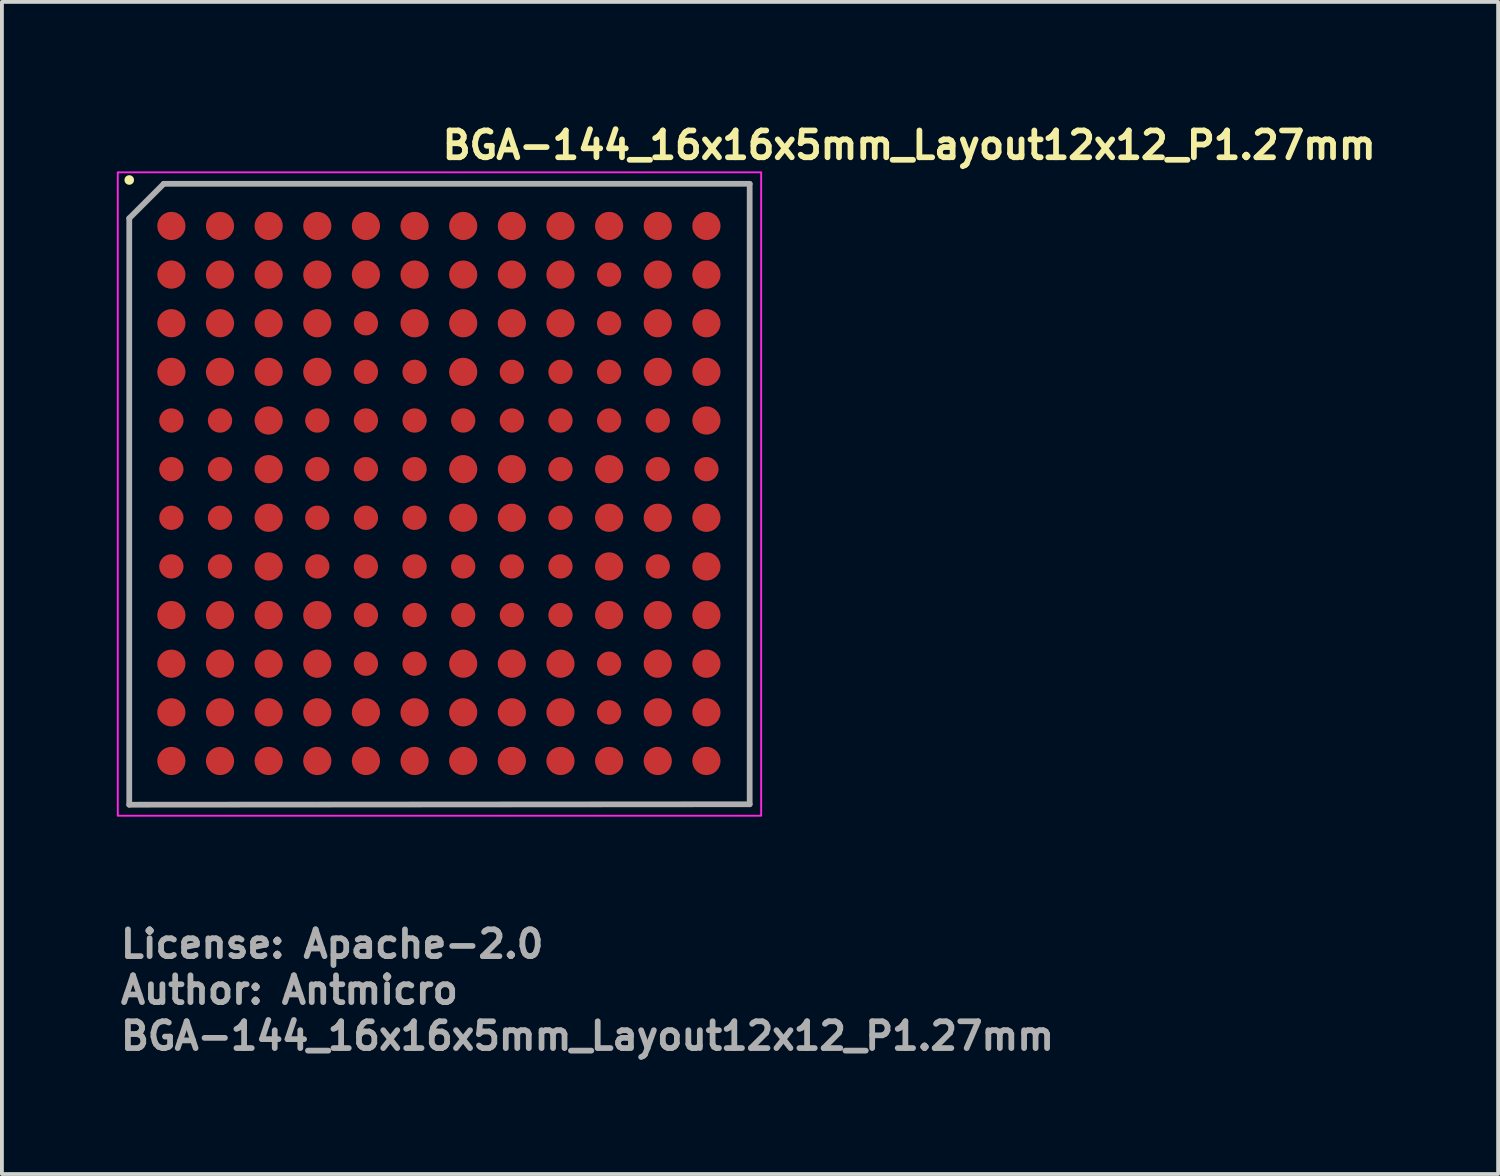
<source format=kicad_pcb>
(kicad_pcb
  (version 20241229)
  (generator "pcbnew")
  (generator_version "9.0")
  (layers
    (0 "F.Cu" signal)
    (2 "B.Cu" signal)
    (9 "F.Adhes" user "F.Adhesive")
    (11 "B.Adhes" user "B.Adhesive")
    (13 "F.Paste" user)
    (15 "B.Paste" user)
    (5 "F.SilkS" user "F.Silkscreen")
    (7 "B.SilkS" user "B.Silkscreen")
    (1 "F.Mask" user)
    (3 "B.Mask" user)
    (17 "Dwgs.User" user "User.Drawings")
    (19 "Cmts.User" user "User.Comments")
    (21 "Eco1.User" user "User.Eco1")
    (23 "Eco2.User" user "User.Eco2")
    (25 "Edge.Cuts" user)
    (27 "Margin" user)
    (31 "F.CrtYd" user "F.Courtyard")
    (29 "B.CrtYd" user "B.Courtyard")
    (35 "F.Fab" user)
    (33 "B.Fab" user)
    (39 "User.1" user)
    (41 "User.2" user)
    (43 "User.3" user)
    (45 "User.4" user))
  (footprint "BGA-144_16x16x5mm_Layout12x12_P1.27mm"
    (layer "F.Cu")
    (at 8.425 9.85)
    (property "Reference" "BGA-144_16x16x5mm_Layout12x12_P1.27mm" (at 0 -8.7 0) (unlocked yes) (layer "F.SilkS") (effects (font (size 0.7 0.7) (thickness 0.15)) (justify left bottom)))
    (attr smd)
    (fp_circle (center -8.1 -8.2) (end -8.1 -8.15) (stroke (width 0.15) (type solid)) (fill yes) (layer "F.SilkS"))
    (fp_rect (start -8.4 -8.4) (end 8.4 8.4) (stroke (width 0.05) (type solid)) (fill no) (layer "F.CrtYd"))
    (fp_line (start -8.1 -7.2) (end -7.2 -8.1) (stroke (width 0.15) (type solid)) (layer "F.Fab"))
    (fp_line (start -8.1 8.112) (end -8.1 -7.2) (stroke (width 0.15) (type solid)) (layer "F.Fab"))
    (fp_line (start -8.1 8.112) (end 8.1 8.1) (stroke (width 0.15) (type solid)) (layer "F.Fab"))
    (fp_line (start -7.2 -8.1) (end 8.1 -8.1) (stroke (width 0.15) (type solid)) (layer "F.Fab"))
    (fp_line (start 8.1 8.1) (end 8.1 -8.1) (stroke (width 0.15) (type solid)) (layer "F.Fab"))
    (fp_rect (start -8.001 -8.001) (end 8.001 8.001) (stroke (width 0.1) (type solid)) (fill no) (layer "User.5"))
    (fp_line (start -8.001 -8.001) (end -8.001 8.001) (stroke (width 0.02) (type solid)) (layer "User.9"))
    (fp_line (start -8.001 8.001) (end 8.001 8.001) (stroke (width 0.02) (type solid)) (layer "User.9"))
    (fp_line (start -6.801 -6.422) (end -6.801 -6.401) (stroke (width 0.02) (type solid)) (layer "User.9"))
    (fp_line (start -6.801 -6.401) (end -6.801 -6.401) (stroke (width 0.02) (type solid)) (layer "User.9"))
    (fp_line (start -6.801 -6.401) (end -6.801 -6.38) (stroke (width 0.02) (type solid)) (layer "User.9"))
    (fp_line (start -6.801 -6.38) (end -6.799 -6.36) (stroke (width 0.02) (type solid)) (layer "User.9"))
    (fp_line (start -6.799 -6.442) (end -6.801 -6.422) (stroke (width 0.02) (type solid)) (layer "User.9"))
    (fp_line (start -6.799 -6.36) (end -6.796 -6.34) (stroke (width 0.02) (type solid)) (layer "User.9"))
    (fp_line (start -6.796 -6.462) (end -6.799 -6.442) (stroke (width 0.02) (type solid)) (layer "User.9"))
    (fp_line (start -6.796 -6.34) (end -6.793 -6.32) (stroke (width 0.02) (type solid)) (layer "User.9"))
    (fp_line (start -6.793 -6.482) (end -6.796 -6.462) (stroke (width 0.02) (type solid)) (layer "User.9"))
    (fp_line (start -6.793 -6.32) (end -6.788 -6.301) (stroke (width 0.02) (type solid)) (layer "User.9"))
    (fp_line (start -6.788 -6.501) (end -6.793 -6.482) (stroke (width 0.02) (type solid)) (layer "User.9"))
    (fp_line (start -6.788 -6.301) (end -6.783 -6.282) (stroke (width 0.02) (type solid)) (layer "User.9"))
    (fp_line (start -6.783 -6.52) (end -6.788 -6.501) (stroke (width 0.02) (type solid)) (layer "User.9"))
    (fp_line (start -6.783 -6.282) (end -6.777 -6.263) (stroke (width 0.02) (type solid)) (layer "User.9"))
    (fp_line (start -6.777 -6.539) (end -6.783 -6.52) (stroke (width 0.02) (type solid)) (layer "User.9"))
    (fp_line (start -6.777 -6.263) (end -6.77 -6.245) (stroke (width 0.02) (type solid)) (layer "User.9"))
    (fp_line (start -6.77 -6.557) (end -6.777 -6.539) (stroke (width 0.02) (type solid)) (layer "User.9"))
    (fp_line (start -6.77 -6.245) (end -6.762 -6.228) (stroke (width 0.02) (type solid)) (layer "User.9"))
    (fp_line (start -6.762 -6.574) (end -6.77 -6.557) (stroke (width 0.02) (type solid)) (layer "User.9"))
    (fp_line (start -6.762 -6.228) (end -6.753 -6.21) (stroke (width 0.02) (type solid)) (layer "User.9"))
    (fp_line (start -6.753 -6.592) (end -6.762 -6.574) (stroke (width 0.02) (type solid)) (layer "User.9"))
    (fp_line (start -6.753 -6.21) (end -6.743 -6.194) (stroke (width 0.02) (type solid)) (layer "User.9"))
    (fp_line (start -6.743 -6.608) (end -6.753 -6.592) (stroke (width 0.02) (type solid)) (layer "User.9"))
    (fp_line (start -6.743 -6.194) (end -6.733 -6.177) (stroke (width 0.02) (type solid)) (layer "User.9"))
    (fp_line (start -6.733 -6.625) (end -6.743 -6.608) (stroke (width 0.02) (type solid)) (layer "User.9"))
    (fp_line (start -6.733 -6.177) (end -6.722 -6.162) (stroke (width 0.02) (type solid)) (layer "User.9"))
    (fp_line (start -6.722 -6.64) (end -6.733 -6.625) (stroke (width 0.02) (type solid)) (layer "User.9"))
    (fp_line (start -6.722 -6.162) (end -6.71 -6.147) (stroke (width 0.02) (type solid)) (layer "User.9"))
    (fp_line (start -6.71 -6.655) (end -6.722 -6.64) (stroke (width 0.02) (type solid)) (layer "User.9"))
    (fp_line (start -6.71 -6.147) (end -6.697 -6.132) (stroke (width 0.02) (type solid)) (layer "User.9"))
    (fp_line (start -6.697 -6.67) (end -6.71 -6.655) (stroke (width 0.02) (type solid)) (layer "User.9"))
    (fp_line (start -6.697 -6.132) (end -6.684 -6.118) (stroke (width 0.02) (type solid)) (layer "User.9"))
    (fp_line (start -6.684 -6.684) (end -6.697 -6.67) (stroke (width 0.02) (type solid)) (layer "User.9"))
    (fp_line (start -6.684 -6.118) (end -6.67 -6.105) (stroke (width 0.02) (type solid)) (layer "User.9"))
    (fp_line (start -6.67 -6.697) (end -6.684 -6.684) (stroke (width 0.02) (type solid)) (layer "User.9"))
    (fp_line (start -6.67 -6.105) (end -6.655 -6.092) (stroke (width 0.02) (type solid)) (layer "User.9"))
    (fp_line (start -6.655 -6.71) (end -6.67 -6.697) (stroke (width 0.02) (type solid)) (layer "User.9"))
    (fp_line (start -6.655 -6.092) (end -6.64 -6.08) (stroke (width 0.02) (type solid)) (layer "User.9"))
    (fp_line (start -6.64 -6.722) (end -6.655 -6.71) (stroke (width 0.02) (type solid)) (layer "User.9"))
    (fp_line (start -6.64 -6.08) (end -6.625 -6.069) (stroke (width 0.02) (type solid)) (layer "User.9"))
    (fp_line (start -6.625 -6.733) (end -6.64 -6.722) (stroke (width 0.02) (type solid)) (layer "User.9"))
    (fp_line (start -6.625 -6.069) (end -6.608 -6.059) (stroke (width 0.02) (type solid)) (layer "User.9"))
    (fp_line (start -6.608 -6.743) (end -6.625 -6.733) (stroke (width 0.02) (type solid)) (layer "User.9"))
    (fp_line (start -6.608 -6.059) (end -6.592 -6.049) (stroke (width 0.02) (type solid)) (layer "User.9"))
    (fp_line (start -6.592 -6.753) (end -6.608 -6.743) (stroke (width 0.02) (type solid)) (layer "User.9"))
    (fp_line (start -6.592 -6.049) (end -6.574 -6.04) (stroke (width 0.02) (type solid)) (layer "User.9"))
    (fp_line (start -6.574 -6.762) (end -6.592 -6.753) (stroke (width 0.02) (type solid)) (layer "User.9"))
    (fp_line (start -6.574 -6.04) (end -6.557 -6.032) (stroke (width 0.02) (type solid)) (layer "User.9"))
    (fp_line (start -6.557 -6.77) (end -6.574 -6.762) (stroke (width 0.02) (type solid)) (layer "User.9"))
    (fp_line (start -6.557 -6.032) (end -6.539 -6.025) (stroke (width 0.02) (type solid)) (layer "User.9"))
    (fp_line (start -6.539 -6.777) (end -6.557 -6.77) (stroke (width 0.02) (type solid)) (layer "User.9"))
    (fp_line (start -6.539 -6.025) (end -6.52 -6.019) (stroke (width 0.02) (type solid)) (layer "User.9"))
    (fp_line (start -6.52 -6.783) (end -6.539 -6.777) (stroke (width 0.02) (type solid)) (layer "User.9"))
    (fp_line (start -6.52 -6.019) (end -6.501 -6.014) (stroke (width 0.02) (type solid)) (layer "User.9"))
    (fp_line (start -6.501 -6.788) (end -6.52 -6.783) (stroke (width 0.02) (type solid)) (layer "User.9"))
    (fp_line (start -6.501 -6.014) (end -6.482 -6.009) (stroke (width 0.02) (type solid)) (layer "User.9"))
    (fp_line (start -6.482 -6.793) (end -6.501 -6.788) (stroke (width 0.02) (type solid)) (layer "User.9"))
    (fp_line (start -6.482 -6.009) (end -6.462 -6.006) (stroke (width 0.02) (type solid)) (layer "User.9"))
    (fp_line (start -6.462 -6.796) (end -6.482 -6.793) (stroke (width 0.02) (type solid)) (layer "User.9"))
    (fp_line (start -6.462 -6.006) (end -6.442 -6.003) (stroke (width 0.02) (type solid)) (layer "User.9"))
    (fp_line (start -6.442 -6.799) (end -6.462 -6.796) (stroke (width 0.02) (type solid)) (layer "User.9"))
    (fp_line (start -6.442 -6.003) (end -6.422 -6.001) (stroke (width 0.02) (type solid)) (layer "User.9"))
    (fp_line (start -6.422 -6.801) (end -6.442 -6.799) (stroke (width 0.02) (type solid)) (layer "User.9"))
    (fp_line (start -6.422 -6.001) (end -6.401 -6.001) (stroke (width 0.02) (type solid)) (layer "User.9"))
    (fp_line (start -6.401 -6.801) (end -6.422 -6.801) (stroke (width 0.02) (type solid)) (layer "User.9"))
    (fp_line (start -6.401 -6.801) (end -6.401 -6.801) (stroke (width 0.02) (type solid)) (layer "User.9"))
    (fp_line (start -6.401 -6.801) (end -6.401 -6.801) (stroke (width 0.02) (type solid)) (layer "User.9"))
    (fp_line (start -6.401 -6.001) (end -6.401 -6.001) (stroke (width 0.02) (type solid)) (layer "User.9"))
    (fp_line (start -6.401 -6.001) (end -6.38 -6.001) (stroke (width 0.02) (type solid)) (layer "User.9"))
    (fp_line (start -6.38 -6.801) (end -6.401 -6.801) (stroke (width 0.02) (type solid)) (layer "User.9"))
    (fp_line (start -6.38 -6.001) (end -6.36 -6.003) (stroke (width 0.02) (type solid)) (layer "User.9"))
    (fp_line (start -6.36 -6.799) (end -6.38 -6.801) (stroke (width 0.02) (type solid)) (layer "User.9"))
    (fp_line (start -6.36 -6.003) (end -6.34 -6.006) (stroke (width 0.02) (type solid)) (layer "User.9"))
    (fp_line (start -6.34 -6.796) (end -6.36 -6.799) (stroke (width 0.02) (type solid)) (layer "User.9"))
    (fp_line (start -6.34 -6.006) (end -6.32 -6.009) (stroke (width 0.02) (type solid)) (layer "User.9"))
    (fp_line (start -6.32 -6.793) (end -6.34 -6.796) (stroke (width 0.02) (type solid)) (layer "User.9"))
    (fp_line (start -6.32 -6.009) (end -6.301 -6.014) (stroke (width 0.02) (type solid)) (layer "User.9"))
    (fp_line (start -6.301 -6.788) (end -6.32 -6.793) (stroke (width 0.02) (type solid)) (layer "User.9"))
    (fp_line (start -6.301 -6.014) (end -6.282 -6.019) (stroke (width 0.02) (type solid)) (layer "User.9"))
    (fp_line (start -6.282 -6.783) (end -6.301 -6.788) (stroke (width 0.02) (type solid)) (layer "User.9"))
    (fp_line (start -6.282 -6.019) (end -6.263 -6.025) (stroke (width 0.02) (type solid)) (layer "User.9"))
    (fp_line (start -6.263 -6.777) (end -6.282 -6.783) (stroke (width 0.02) (type solid)) (layer "User.9"))
    (fp_line (start -6.263 -6.025) (end -6.245 -6.032) (stroke (width 0.02) (type solid)) (layer "User.9"))
    (fp_line (start -6.245 -6.77) (end -6.263 -6.777) (stroke (width 0.02) (type solid)) (layer "User.9"))
    (fp_line (start -6.245 -6.032) (end -6.228 -6.04) (stroke (width 0.02) (type solid)) (layer "User.9"))
    (fp_line (start -6.228 -6.762) (end -6.245 -6.77) (stroke (width 0.02) (type solid)) (layer "User.9"))
    (fp_line (start -6.228 -6.04) (end -6.21 -6.049) (stroke (width 0.02) (type solid)) (layer "User.9"))
    (fp_line (start -6.21 -6.753) (end -6.228 -6.762) (stroke (width 0.02) (type solid)) (layer "User.9"))
    (fp_line (start -6.21 -6.049) (end -6.194 -6.059) (stroke (width 0.02) (type solid)) (layer "User.9"))
    (fp_line (start -6.194 -6.743) (end -6.21 -6.753) (stroke (width 0.02) (type solid)) (layer "User.9"))
    (fp_line (start -6.194 -6.059) (end -6.177 -6.069) (stroke (width 0.02) (type solid)) (layer "User.9"))
    (fp_line (start -6.177 -6.733) (end -6.194 -6.743) (stroke (width 0.02) (type solid)) (layer "User.9"))
    (fp_line (start -6.177 -6.069) (end -6.162 -6.08) (stroke (width 0.02) (type solid)) (layer "User.9"))
    (fp_line (start -6.162 -6.722) (end -6.177 -6.733) (stroke (width 0.02) (type solid)) (layer "User.9"))
    (fp_line (start -6.162 -6.08) (end -6.147 -6.092) (stroke (width 0.02) (type solid)) (layer "User.9"))
    (fp_line (start -6.147 -6.71) (end -6.162 -6.722) (stroke (width 0.02) (type solid)) (layer "User.9"))
    (fp_line (start -6.147 -6.092) (end -6.132 -6.105) (stroke (width 0.02) (type solid)) (layer "User.9"))
    (fp_line (start -6.132 -6.697) (end -6.147 -6.71) (stroke (width 0.02) (type solid)) (layer "User.9"))
    (fp_line (start -6.132 -6.105) (end -6.118 -6.118) (stroke (width 0.02) (type solid)) (layer "User.9"))
    (fp_line (start -6.118 -6.684) (end -6.132 -6.697) (stroke (width 0.02) (type solid)) (layer "User.9"))
    (fp_line (start -6.118 -6.118) (end -6.105 -6.132) (stroke (width 0.02) (type solid)) (layer "User.9"))
    (fp_line (start -6.105 -6.67) (end -6.118 -6.684) (stroke (width 0.02) (type solid)) (layer "User.9"))
    (fp_line (start -6.105 -6.132) (end -6.092 -6.147) (stroke (width 0.02) (type solid)) (layer "User.9"))
    (fp_line (start -6.092 -6.655) (end -6.105 -6.67) (stroke (width 0.02) (type solid)) (layer "User.9"))
    (fp_line (start -6.092 -6.147) (end -6.08 -6.162) (stroke (width 0.02) (type solid)) (layer "User.9"))
    (fp_line (start -6.08 -6.64) (end -6.092 -6.655) (stroke (width 0.02) (type solid)) (layer "User.9"))
    (fp_line (start -6.08 -6.162) (end -6.069 -6.177) (stroke (width 0.02) (type solid)) (layer "User.9"))
    (fp_line (start -6.069 -6.625) (end -6.08 -6.64) (stroke (width 0.02) (type solid)) (layer "User.9"))
    (fp_line (start -6.069 -6.177) (end -6.059 -6.194) (stroke (width 0.02) (type solid)) (layer "User.9"))
    (fp_line (start -6.059 -6.608) (end -6.069 -6.625) (stroke (width 0.02) (type solid)) (layer "User.9"))
    (fp_line (start -6.059 -6.194) (end -6.049 -6.21) (stroke (width 0.02) (type solid)) (layer "User.9"))
    (fp_line (start -6.049 -6.592) (end -6.059 -6.608) (stroke (width 0.02) (type solid)) (layer "User.9"))
    (fp_line (start -6.049 -6.21) (end -6.04 -6.228) (stroke (width 0.02) (type solid)) (layer "User.9"))
    (fp_line (start -6.04 -6.574) (end -6.049 -6.592) (stroke (width 0.02) (type solid)) (layer "User.9"))
    (fp_line (start -6.04 -6.228) (end -6.032 -6.245) (stroke (width 0.02) (type solid)) (layer "User.9"))
    (fp_line (start -6.032 -6.557) (end -6.04 -6.574) (stroke (width 0.02) (type solid)) (layer "User.9"))
    (fp_line (start -6.032 -6.245) (end -6.025 -6.263) (stroke (width 0.02) (type solid)) (layer "User.9"))
    (fp_line (start -6.025 -6.539) (end -6.032 -6.557) (stroke (width 0.02) (type solid)) (layer "User.9"))
    (fp_line (start -6.025 -6.263) (end -6.019 -6.282) (stroke (width 0.02) (type solid)) (layer "User.9"))
    (fp_line (start -6.019 -6.52) (end -6.025 -6.539) (stroke (width 0.02) (type solid)) (layer "User.9"))
    (fp_line (start -6.019 -6.282) (end -6.014 -6.301) (stroke (width 0.02) (type solid)) (layer "User.9"))
    (fp_line (start -6.014 -6.501) (end -6.019 -6.52) (stroke (width 0.02) (type solid)) (layer "User.9"))
    (fp_line (start -6.014 -6.301) (end -6.009 -6.32) (stroke (width 0.02) (type solid)) (layer "User.9"))
    (fp_line (start -6.009 -6.482) (end -6.014 -6.501) (stroke (width 0.02) (type solid)) (layer "User.9"))
    (fp_line (start -6.009 -6.32) (end -6.006 -6.34) (stroke (width 0.02) (type solid)) (layer "User.9"))
    (fp_line (start -6.006 -6.462) (end -6.009 -6.482) (stroke (width 0.02) (type solid)) (layer "User.9"))
    (fp_line (start -6.006 -6.34) (end -6.003 -6.36) (stroke (width 0.02) (type solid)) (layer "User.9"))
    (fp_line (start -6.003 -6.442) (end -6.006 -6.462) (stroke (width 0.02) (type solid)) (layer "User.9"))
    (fp_line (start -6.003 -6.36) (end -6.001 -6.38) (stroke (width 0.02) (type solid)) (layer "User.9"))
    (fp_line (start -6.001 -6.422) (end -6.003 -6.442) (stroke (width 0.02) (type solid)) (layer "User.9"))
    (fp_line (start -6.001 -6.401) (end -6.001 -6.422) (stroke (width 0.02) (type solid)) (layer "User.9"))
    (fp_line (start -6.001 -6.401) (end -6.001 -6.401) (stroke (width 0.02) (type solid)) (layer "User.9"))
    (fp_line (start -6.001 -6.38) (end -6.001 -6.401) (stroke (width 0.02) (type solid)) (layer "User.9"))
    (fp_line (start 8.001 -8.001) (end -8.001 -8.001) (stroke (width 0.02) (type solid)) (layer "User.9"))
    (fp_line (start 8.001 8.001) (end 8.001 -8.001) (stroke (width 0.02) (type solid)) (layer "User.9"))
    (fp_text user "${REFERENCE}" (at -8.4 14.56 0) (layer "F.Fab") (effects (font (size 0.7 0.7) (thickness 0.15)) (justify left bottom)))
    (fp_text user "Author: Antmicro" (at -8.4 13.36 0) (layer "F.Fab") (effects (font (size 0.7 0.7) (thickness 0.15)) (justify left bottom)))
    (fp_text user "License: Apache-2.0" (at -8.4 12.16 0) (layer "F.Fab") (effects (font (size 0.7 0.7) (thickness 0.15)) (justify left bottom)))
    (pad "A1" smd circle (at -7 -7 270) (size 0.737 0.737) (layers "F.Cu" "F.Mask" "F.Paste"))
    (pad "A2" smd circle (at -5.73 -7 270) (size 0.737 0.737) (layers "F.Cu" "F.Mask" "F.Paste"))
    (pad "A3" smd circle (at -4.46 -7 270) (size 0.737 0.737) (layers "F.Cu" "F.Mask" "F.Paste"))
    (pad "A4" smd circle (at -3.19 -7 270) (size 0.737 0.737) (layers "F.Cu" "F.Mask" "F.Paste"))
    (pad "A5" smd circle (at -1.92 -7 270) (size 0.737 0.737) (layers "F.Cu" "F.Mask" "F.Paste"))
    (pad "A6" smd circle (at -0.65 -7 270) (size 0.737 0.737) (layers "F.Cu" "F.Mask" "F.Paste"))
    (pad "A7" smd circle (at 0.62 -7 270) (size 0.737 0.737) (layers "F.Cu" "F.Mask" "F.Paste"))
    (pad "A8" smd circle (at 1.89 -7 270) (size 0.737 0.737) (layers "F.Cu" "F.Mask" "F.Paste"))
    (pad "A9" smd circle (at 3.16 -7 270) (size 0.737 0.737) (layers "F.Cu" "F.Mask" "F.Paste"))
    (pad "A10" smd circle (at 4.43 -7 270) (size 0.737 0.737) (layers "F.Cu" "F.Mask" "F.Paste"))
    (pad "A11" smd circle (at 5.7 -7 270) (size 0.737 0.737) (layers "F.Cu" "F.Mask" "F.Paste"))
    (pad "A12" smd circle (at 6.97 -7 270) (size 0.737 0.737) (layers "F.Cu" "F.Mask" "F.Paste"))
    (pad "B1" smd circle (at -7 -5.73 270) (size 0.737 0.737) (layers "F.Cu" "F.Mask" "F.Paste"))
    (pad "B2" smd circle (at -5.73 -5.73 270) (size 0.737 0.737) (layers "F.Cu" "F.Mask" "F.Paste"))
    (pad "B3" smd circle (at -4.46 -5.73 270) (size 0.737 0.737) (layers "F.Cu" "F.Mask" "F.Paste"))
    (pad "B4" smd circle (at -3.19 -5.73 270) (size 0.737 0.737) (layers "F.Cu" "F.Mask" "F.Paste"))
    (pad "B5" smd circle (at -1.92 -5.73 270) (size 0.737 0.737) (layers "F.Cu" "F.Mask" "F.Paste"))
    (pad "B6" smd circle (at -0.65 -5.73 270) (size 0.737 0.737) (layers "F.Cu" "F.Mask" "F.Paste"))
    (pad "B7" smd circle (at 0.62 -5.73 270) (size 0.737 0.737) (layers "F.Cu" "F.Mask" "F.Paste"))
    (pad "B8" smd circle (at 1.89 -5.73 270) (size 0.737 0.737) (layers "F.Cu" "F.Mask" "F.Paste"))
    (pad "B9" smd circle (at 3.16 -5.73 270) (size 0.737 0.737) (layers "F.Cu" "F.Mask" "F.Paste"))
    (pad "B10" smd circle (at 4.43 -5.73 270) (size 0.635 0.635) (layers "F.Cu" "F.Mask" "F.Paste"))
    (pad "B11" smd circle (at 5.7 -5.73 270) (size 0.737 0.737) (layers "F.Cu" "F.Mask" "F.Paste"))
    (pad "B12" smd circle (at 6.97 -5.73 270) (size 0.737 0.737) (layers "F.Cu" "F.Mask" "F.Paste"))
    (pad "C1" smd circle (at -7 -4.46 270) (size 0.737 0.737) (layers "F.Cu" "F.Mask" "F.Paste"))
    (pad "C2" smd circle (at -5.73 -4.46 270) (size 0.737 0.737) (layers "F.Cu" "F.Mask" "F.Paste"))
    (pad "C3" smd circle (at -4.46 -4.46 270) (size 0.737 0.737) (layers "F.Cu" "F.Mask" "F.Paste"))
    (pad "C4" smd circle (at -3.19 -4.46 270) (size 0.737 0.737) (layers "F.Cu" "F.Mask" "F.Paste"))
    (pad "C5" smd circle (at -1.92 -4.46 270) (size 0.635 0.635) (layers "F.Cu" "F.Mask" "F.Paste"))
    (pad "C6" smd circle (at -0.65 -4.46 270) (size 0.737 0.737) (layers "F.Cu" "F.Mask" "F.Paste"))
    (pad "C7" smd circle (at 0.62 -4.46 270) (size 0.737 0.737) (layers "F.Cu" "F.Mask" "F.Paste"))
    (pad "C8" smd circle (at 1.89 -4.46 270) (size 0.737 0.737) (layers "F.Cu" "F.Mask" "F.Paste"))
    (pad "C9" smd circle (at 3.16 -4.46 270) (size 0.737 0.737) (layers "F.Cu" "F.Mask" "F.Paste"))
    (pad "C10" smd circle (at 4.43 -4.46 270) (size 0.635 0.635) (layers "F.Cu" "F.Mask" "F.Paste"))
    (pad "C11" smd circle (at 5.7 -4.46 270) (size 0.737 0.737) (layers "F.Cu" "F.Mask" "F.Paste"))
    (pad "C12" smd circle (at 6.97 -4.46 270) (size 0.737 0.737) (layers "F.Cu" "F.Mask" "F.Paste"))
    (pad "D1" smd circle (at -7 -3.19 270) (size 0.737 0.737) (layers "F.Cu" "F.Mask" "F.Paste"))
    (pad "D2" smd circle (at -5.73 -3.19 270) (size 0.737 0.737) (layers "F.Cu" "F.Mask" "F.Paste"))
    (pad "D3" smd circle (at -4.46 -3.19 270) (size 0.737 0.737) (layers "F.Cu" "F.Mask" "F.Paste"))
    (pad "D4" smd circle (at -3.19 -3.19 270) (size 0.737 0.737) (layers "F.Cu" "F.Mask" "F.Paste"))
    (pad "D5" smd circle (at -1.92 -3.19 270) (size 0.635 0.635) (layers "F.Cu" "F.Mask" "F.Paste"))
    (pad "D6" smd circle (at -0.65 -3.19 270) (size 0.635 0.635) (layers "F.Cu" "F.Mask" "F.Paste"))
    (pad "D7" smd circle (at 0.62 -3.19 270) (size 0.737 0.737) (layers "F.Cu" "F.Mask" "F.Paste"))
    (pad "D8" smd circle (at 1.89 -3.19 270) (size 0.635 0.635) (layers "F.Cu" "F.Mask" "F.Paste"))
    (pad "D9" smd circle (at 3.16 -3.19 270) (size 0.635 0.635) (layers "F.Cu" "F.Mask" "F.Paste"))
    (pad "D10" smd circle (at 4.43 -3.19 270) (size 0.635 0.635) (layers "F.Cu" "F.Mask" "F.Paste"))
    (pad "D11" smd circle (at 5.7 -3.19 270) (size 0.737 0.737) (layers "F.Cu" "F.Mask" "F.Paste"))
    (pad "D12" smd circle (at 6.97 -3.19 270) (size 0.737 0.737) (layers "F.Cu" "F.Mask" "F.Paste"))
    (pad "E1" smd circle (at -7 -1.92 270) (size 0.635 0.635) (layers "F.Cu" "F.Mask" "F.Paste"))
    (pad "E2" smd circle (at -5.73 -1.92 270) (size 0.635 0.635) (layers "F.Cu" "F.Mask" "F.Paste"))
    (pad "E3" smd circle (at -4.46 -1.92 270) (size 0.737 0.737) (layers "F.Cu" "F.Mask" "F.Paste"))
    (pad "E4" smd circle (at -3.19 -1.92 270) (size 0.635 0.635) (layers "F.Cu" "F.Mask" "F.Paste"))
    (pad "E5" smd circle (at -1.92 -1.92 270) (size 0.635 0.635) (layers "F.Cu" "F.Mask" "F.Paste"))
    (pad "E6" smd circle (at -0.65 -1.92 270) (size 0.635 0.635) (layers "F.Cu" "F.Mask" "F.Paste"))
    (pad "E7" smd circle (at 0.62 -1.92 270) (size 0.635 0.635) (layers "F.Cu" "F.Mask" "F.Paste"))
    (pad "E8" smd circle (at 1.89 -1.92 270) (size 0.635 0.635) (layers "F.Cu" "F.Mask" "F.Paste"))
    (pad "E9" smd circle (at 3.16 -1.92 270) (size 0.635 0.635) (layers "F.Cu" "F.Mask" "F.Paste"))
    (pad "E10" smd circle (at 4.43 -1.92 270) (size 0.635 0.635) (layers "F.Cu" "F.Mask" "F.Paste"))
    (pad "E11" smd circle (at 5.7 -1.92 270) (size 0.635 0.635) (layers "F.Cu" "F.Mask" "F.Paste"))
    (pad "E12" smd circle (at 6.97 -1.92 270) (size 0.737 0.737) (layers "F.Cu" "F.Mask" "F.Paste"))
    (pad "F1" smd circle (at -7 -0.65 270) (size 0.635 0.635) (layers "F.Cu" "F.Mask" "F.Paste"))
    (pad "F2" smd circle (at -5.73 -0.65 270) (size 0.635 0.635) (layers "F.Cu" "F.Mask" "F.Paste"))
    (pad "F3" smd circle (at -4.46 -0.65 270) (size 0.737 0.737) (layers "F.Cu" "F.Mask" "F.Paste"))
    (pad "F4" smd circle (at -3.19 -0.65 270) (size 0.635 0.635) (layers "F.Cu" "F.Mask" "F.Paste"))
    (pad "F5" smd circle (at -1.92 -0.65 270) (size 0.635 0.635) (layers "F.Cu" "F.Mask" "F.Paste"))
    (pad "F6" smd circle (at -0.65 -0.65 270) (size 0.635 0.635) (layers "F.Cu" "F.Mask" "F.Paste"))
    (pad "F7" smd circle (at 0.62 -0.65 270) (size 0.737 0.737) (layers "F.Cu" "F.Mask" "F.Paste"))
    (pad "F8" smd circle (at 1.89 -0.65 270) (size 0.737 0.737) (layers "F.Cu" "F.Mask" "F.Paste"))
    (pad "F9" smd circle (at 3.16 -0.65 270) (size 0.635 0.635) (layers "F.Cu" "F.Mask" "F.Paste"))
    (pad "F10" smd circle (at 4.43 -0.65 270) (size 0.737 0.737) (layers "F.Cu" "F.Mask" "F.Paste"))
    (pad "F11" smd circle (at 5.7 -0.65 270) (size 0.635 0.635) (layers "F.Cu" "F.Mask" "F.Paste"))
    (pad "F12" smd circle (at 6.97 -0.65 270) (size 0.635 0.635) (layers "F.Cu" "F.Mask" "F.Paste"))
    (pad "G1" smd circle (at -7 0.62 270) (size 0.635 0.635) (layers "F.Cu" "F.Mask" "F.Paste"))
    (pad "G2" smd circle (at -5.73 0.62 270) (size 0.635 0.635) (layers "F.Cu" "F.Mask" "F.Paste"))
    (pad "G3" smd circle (at -4.46 0.62 270) (size 0.737 0.737) (layers "F.Cu" "F.Mask" "F.Paste"))
    (pad "G4" smd circle (at -3.19 0.62 270) (size 0.635 0.635) (layers "F.Cu" "F.Mask" "F.Paste"))
    (pad "G5" smd circle (at -1.92 0.62 270) (size 0.635 0.635) (layers "F.Cu" "F.Mask" "F.Paste"))
    (pad "G6" smd circle (at -0.65 0.62 270) (size 0.635 0.635) (layers "F.Cu" "F.Mask" "F.Paste"))
    (pad "G7" smd circle (at 0.62 0.62 270) (size 0.737 0.737) (layers "F.Cu" "F.Mask" "F.Paste"))
    (pad "G8" smd circle (at 1.89 0.62 270) (size 0.737 0.737) (layers "F.Cu" "F.Mask" "F.Paste"))
    (pad "G9" smd circle (at 3.16 0.62 270) (size 0.635 0.635) (layers "F.Cu" "F.Mask" "F.Paste"))
    (pad "G10" smd circle (at 4.43 0.62 270) (size 0.737 0.737) (layers "F.Cu" "F.Mask" "F.Paste"))
    (pad "G11" smd circle (at 5.7 0.62 270) (size 0.737 0.737) (layers "F.Cu" "F.Mask" "F.Paste"))
    (pad "G12" smd circle (at 6.97 0.62 270) (size 0.737 0.737) (layers "F.Cu" "F.Mask" "F.Paste"))
    (pad "H1" smd circle (at -7 1.89 270) (size 0.635 0.635) (layers "F.Cu" "F.Mask" "F.Paste"))
    (pad "H2" smd circle (at -5.73 1.89 270) (size 0.635 0.635) (layers "F.Cu" "F.Mask" "F.Paste"))
    (pad "H3" smd circle (at -4.46 1.89 270) (size 0.737 0.737) (layers "F.Cu" "F.Mask" "F.Paste"))
    (pad "H4" smd circle (at -3.19 1.89 270) (size 0.635 0.635) (layers "F.Cu" "F.Mask" "F.Paste"))
    (pad "H5" smd circle (at -1.92 1.89 270) (size 0.635 0.635) (layers "F.Cu" "F.Mask" "F.Paste"))
    (pad "H6" smd circle (at -0.65 1.89 270) (size 0.635 0.635) (layers "F.Cu" "F.Mask" "F.Paste"))
    (pad "H7" smd circle (at 0.62 1.89 270) (size 0.635 0.635) (layers "F.Cu" "F.Mask" "F.Paste"))
    (pad "H8" smd circle (at 1.89 1.89 270) (size 0.635 0.635) (layers "F.Cu" "F.Mask" "F.Paste"))
    (pad "H9" smd circle (at 3.16 1.89 270) (size 0.635 0.635) (layers "F.Cu" "F.Mask" "F.Paste"))
    (pad "H10" smd circle (at 4.43 1.89 270) (size 0.737 0.737) (layers "F.Cu" "F.Mask" "F.Paste"))
    (pad "H11" smd circle (at 5.7 1.89 270) (size 0.635 0.635) (layers "F.Cu" "F.Mask" "F.Paste"))
    (pad "H12" smd circle (at 6.97 1.89 270) (size 0.737 0.737) (layers "F.Cu" "F.Mask" "F.Paste"))
    (pad "J1" smd circle (at -7 3.16 270) (size 0.737 0.737) (layers "F.Cu" "F.Mask" "F.Paste"))
    (pad "J2" smd circle (at -5.73 3.16 270) (size 0.737 0.737) (layers "F.Cu" "F.Mask" "F.Paste"))
    (pad "J3" smd circle (at -4.46 3.16 270) (size 0.737 0.737) (layers "F.Cu" "F.Mask" "F.Paste"))
    (pad "J4" smd circle (at -3.19 3.16 270) (size 0.737 0.737) (layers "F.Cu" "F.Mask" "F.Paste"))
    (pad "J5" smd circle (at -1.92 3.16 270) (size 0.635 0.635) (layers "F.Cu" "F.Mask" "F.Paste"))
    (pad "J6" smd circle (at -0.65 3.16 270) (size 0.635 0.635) (layers "F.Cu" "F.Mask" "F.Paste"))
    (pad "J7" smd circle (at 0.62 3.16 270) (size 0.635 0.635) (layers "F.Cu" "F.Mask" "F.Paste"))
    (pad "J8" smd circle (at 1.89 3.16 270) (size 0.635 0.635) (layers "F.Cu" "F.Mask" "F.Paste"))
    (pad "J9" smd circle (at 3.16 3.16 270) (size 0.635 0.635) (layers "F.Cu" "F.Mask" "F.Paste"))
    (pad "J10" smd circle (at 4.43 3.16 270) (size 0.737 0.737) (layers "F.Cu" "F.Mask" "F.Paste"))
    (pad "J11" smd circle (at 5.7 3.16 270) (size 0.737 0.737) (layers "F.Cu" "F.Mask" "F.Paste"))
    (pad "J12" smd circle (at 6.97 3.16 270) (size 0.737 0.737) (layers "F.Cu" "F.Mask" "F.Paste"))
    (pad "K1" smd circle (at -7 4.43 270) (size 0.737 0.737) (layers "F.Cu" "F.Mask" "F.Paste"))
    (pad "K2" smd circle (at -5.73 4.43 270) (size 0.737 0.737) (layers "F.Cu" "F.Mask" "F.Paste"))
    (pad "K3" smd circle (at -4.46 4.43 270) (size 0.737 0.737) (layers "F.Cu" "F.Mask" "F.Paste"))
    (pad "K4" smd circle (at -3.19 4.43 270) (size 0.737 0.737) (layers "F.Cu" "F.Mask" "F.Paste"))
    (pad "K5" smd circle (at -1.92 4.43 270) (size 0.635 0.635) (layers "F.Cu" "F.Mask" "F.Paste"))
    (pad "K6" smd circle (at -0.65 4.43 270) (size 0.635 0.635) (layers "F.Cu" "F.Mask" "F.Paste"))
    (pad "K7" smd circle (at 0.62 4.43 270) (size 0.737 0.737) (layers "F.Cu" "F.Mask" "F.Paste"))
    (pad "K8" smd circle (at 1.89 4.43 270) (size 0.737 0.737) (layers "F.Cu" "F.Mask" "F.Paste"))
    (pad "K9" smd circle (at 3.16 4.43 270) (size 0.737 0.737) (layers "F.Cu" "F.Mask" "F.Paste"))
    (pad "K10" smd circle (at 4.43 4.43 270) (size 0.635 0.635) (layers "F.Cu" "F.Mask" "F.Paste"))
    (pad "K11" smd circle (at 5.7 4.43 270) (size 0.737 0.737) (layers "F.Cu" "F.Mask" "F.Paste"))
    (pad "K12" smd circle (at 6.97 4.43 270) (size 0.737 0.737) (layers "F.Cu" "F.Mask" "F.Paste"))
    (pad "L1" smd circle (at -7 5.7 270) (size 0.737 0.737) (layers "F.Cu" "F.Mask" "F.Paste"))
    (pad "L2" smd circle (at -5.73 5.7 270) (size 0.737 0.737) (layers "F.Cu" "F.Mask" "F.Paste"))
    (pad "L3" smd circle (at -4.46 5.7 270) (size 0.737 0.737) (layers "F.Cu" "F.Mask" "F.Paste"))
    (pad "L4" smd circle (at -3.19 5.7 270) (size 0.737 0.737) (layers "F.Cu" "F.Mask" "F.Paste"))
    (pad "L5" smd circle (at -1.92 5.7 270) (size 0.737 0.737) (layers "F.Cu" "F.Mask" "F.Paste"))
    (pad "L6" smd circle (at -0.65 5.7 270) (size 0.737 0.737) (layers "F.Cu" "F.Mask" "F.Paste"))
    (pad "L7" smd circle (at 0.62 5.7 270) (size 0.737 0.737) (layers "F.Cu" "F.Mask" "F.Paste"))
    (pad "L8" smd circle (at 1.89 5.7 270) (size 0.737 0.737) (layers "F.Cu" "F.Mask" "F.Paste"))
    (pad "L9" smd circle (at 3.16 5.7 270) (size 0.737 0.737) (layers "F.Cu" "F.Mask" "F.Paste"))
    (pad "L10" smd circle (at 4.43 5.7 270) (size 0.635 0.635) (layers "F.Cu" "F.Mask" "F.Paste"))
    (pad "L11" smd circle (at 5.7 5.7 270) (size 0.737 0.737) (layers "F.Cu" "F.Mask" "F.Paste"))
    (pad "L12" smd circle (at 6.97 5.7 270) (size 0.737 0.737) (layers "F.Cu" "F.Mask" "F.Paste"))
    (pad "M1" smd circle (at -7 6.97 270) (size 0.737 0.737) (layers "F.Cu" "F.Mask" "F.Paste"))
    (pad "M2" smd circle (at -5.73 6.97 270) (size 0.737 0.737) (layers "F.Cu" "F.Mask" "F.Paste"))
    (pad "M3" smd circle (at -4.46 6.97 270) (size 0.737 0.737) (layers "F.Cu" "F.Mask" "F.Paste"))
    (pad "M4" smd circle (at -3.19 6.97 270) (size 0.737 0.737) (layers "F.Cu" "F.Mask" "F.Paste"))
    (pad "M5" smd circle (at -1.92 6.97 270) (size 0.737 0.737) (layers "F.Cu" "F.Mask" "F.Paste"))
    (pad "M6" smd circle (at -0.65 6.97 270) (size 0.737 0.737) (layers "F.Cu" "F.Mask" "F.Paste"))
    (pad "M7" smd circle (at 0.62 6.97 270) (size 0.737 0.737) (layers "F.Cu" "F.Mask" "F.Paste"))
    (pad "M8" smd circle (at 1.89 6.97 270) (size 0.737 0.737) (layers "F.Cu" "F.Mask" "F.Paste"))
    (pad "M9" smd circle (at 3.16 6.97 270) (size 0.737 0.737) (layers "F.Cu" "F.Mask" "F.Paste"))
    (pad "M10" smd circle (at 4.43 6.97 270) (size 0.737 0.737) (layers "F.Cu" "F.Mask" "F.Paste"))
    (pad "M11" smd circle (at 5.7 6.97 270) (size 0.737 0.737) (layers "F.Cu" "F.Mask" "F.Paste"))
    (pad "M12" smd circle (at 6.97 6.97 270) (size 0.737 0.737) (layers "F.Cu" "F.Mask" "F.Paste")))
  (gr_rect
    (start -3 -3)
    (end 36.068 27.605)
    (stroke (width 0.1) (type default))
    (fill no)
    (layer "Edge.Cuts")))
</source>
